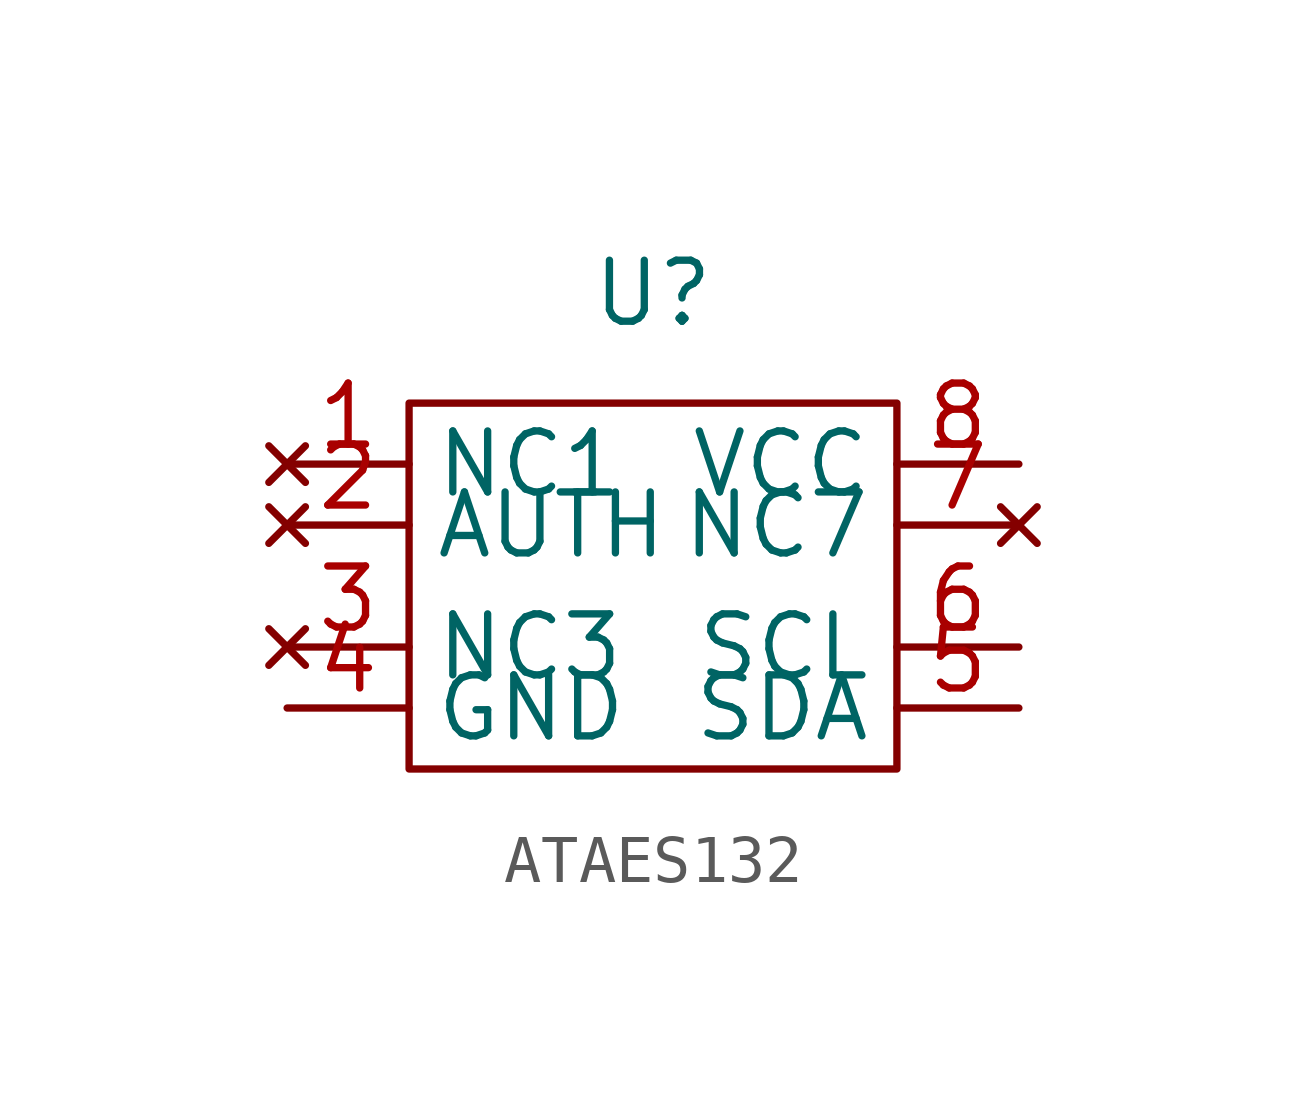
<source format=kicad_sym>
(kicad_symbol_lib
  (version 20231120)
  (generator "kicad_symbol_editor")
  (generator_version "8.0")
  (symbol "ATAES132"
    (property "Reference" "U"
      (at 0 6.096 0)
      (effects (font (size 1.27 1.27))))
    (property "Value" ""
      (at 1.27 0 0)
      (effects (font (size 1.27 1.27))))
    (symbol "ATAES132_0_1"
      (rectangle (start -5.08 3.81) (end 5.08 -3.81) (stroke (width 0) (type default)) (fill (type none))))
    (symbol "ATAES132_1_0"
      (pin power_out line (at 7.62 2.54 180) (length 2.54) (name "VCC" (effects (font (size 1.27 1.27)))) (number "8" (effects (font (size 1.27 1.27))))))
    (symbol "ATAES132_1_1"
      (pin no_connect line (at -7.62 2.54 0) (length 2.54) (name "NC1" (effects (font (size 1.27 1.27)))) (number "1" (effects (font (size 1.27 1.27)))))
      (pin no_connect line (at -7.62 1.27 0) (length 2.54) (name "AUTH" (effects (font (size 1.27 1.27)))) (number "2" (effects (font (size 1.27 1.27)))))
      (pin no_connect line (at -7.62 -1.27 0) (length 2.54) (name "NC3" (effects (font (size 1.27 1.27)))) (number "3" (effects (font (size 1.27 1.27)))))
      (pin power_out line (at -7.62 -2.54 0) (length 2.54) (name "GND" (effects (font (size 1.27 1.27)))) (number "4" (effects (font (size 1.27 1.27)))))
      (pin input line (at 7.62 -2.54 180) (length 2.54) (name "SDA" (effects (font (size 1.27 1.27)))) (number "5" (effects (font (size 1.27 1.27)))))
      (pin input line (at 7.62 -1.27 180) (length 2.54) (name "SCL" (effects (font (size 1.27 1.27)))) (number "6" (effects (font (size 1.27 1.27)))))
      (pin no_connect line (at 7.62 1.27 180) (length 2.54) (name "NC7" (effects (font (size 1.27 1.27)))) (number "7" (effects (font (size 1.27 1.27))))))))
</source>
